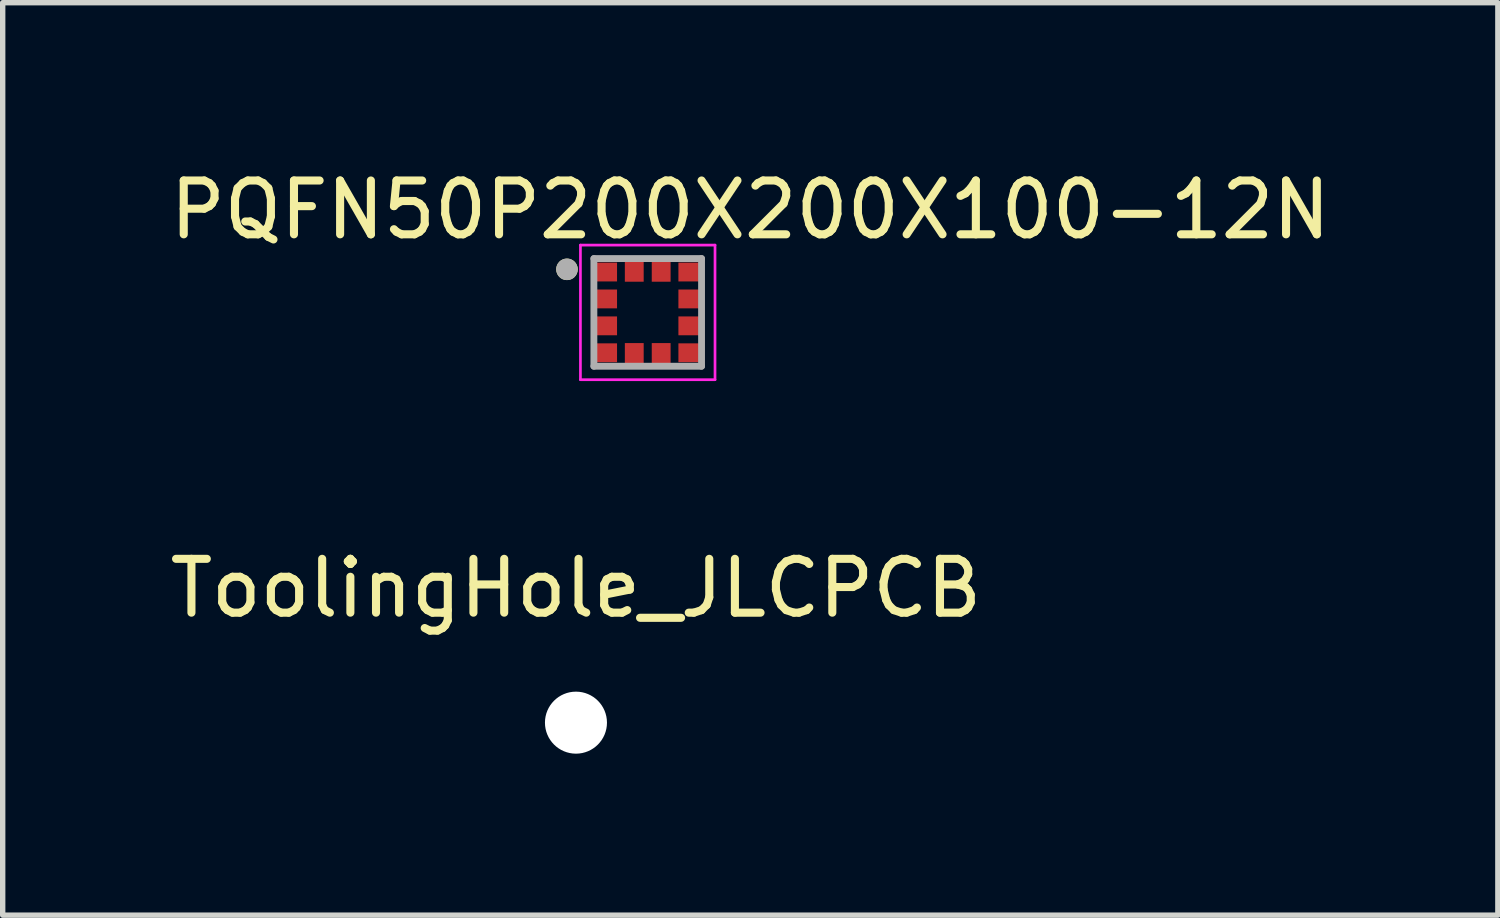
<source format=kicad_pcb>
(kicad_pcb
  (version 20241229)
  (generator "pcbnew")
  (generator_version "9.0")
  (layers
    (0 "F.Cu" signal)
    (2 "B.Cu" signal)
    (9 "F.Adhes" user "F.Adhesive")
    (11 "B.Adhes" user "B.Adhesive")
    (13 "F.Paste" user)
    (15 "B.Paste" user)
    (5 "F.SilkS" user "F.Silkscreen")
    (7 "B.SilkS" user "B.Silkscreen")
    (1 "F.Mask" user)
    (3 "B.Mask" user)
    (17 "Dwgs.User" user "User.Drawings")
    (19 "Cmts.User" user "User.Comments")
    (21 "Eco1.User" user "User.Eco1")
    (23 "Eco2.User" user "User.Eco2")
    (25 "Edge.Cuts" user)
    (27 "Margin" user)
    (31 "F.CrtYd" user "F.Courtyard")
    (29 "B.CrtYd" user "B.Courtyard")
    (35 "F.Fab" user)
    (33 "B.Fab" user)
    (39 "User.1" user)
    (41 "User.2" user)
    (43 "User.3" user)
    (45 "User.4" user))
  (footprint "PQFN50P200X200X100-12N"
    (layer "F.Cu")
    (at 8.982 2.753)
    (property "Reference" "PQFN50P200X200X100-12N" (at 1.905 -1.905 0) (layer "F.SilkS") (effects (font (size 1 1) (thickness 0.15))))
    (attr smd)
    (fp_circle (center -1.5 -0.8) (end -1.4 -0.8) (stroke (width 0.2) (type solid)) (fill no) (layer "F.SilkS"))
    (fp_line (start -1.25 -1.25) (end 1.25 -1.25) (stroke (width 0.05) (type solid)) (layer "F.CrtYd"))
    (fp_line (start -1.25 1.25) (end -1.25 -1.25) (stroke (width 0.05) (type solid)) (layer "F.CrtYd"))
    (fp_line (start 1.25 -1.25) (end 1.25 1.25) (stroke (width 0.05) (type solid)) (layer "F.CrtYd"))
    (fp_line (start 1.25 1.25) (end -1.25 1.25) (stroke (width 0.05) (type solid)) (layer "F.CrtYd"))
    (fp_line (start -1 -1) (end 1 -1) (stroke (width 0.127) (type solid)) (layer "F.Fab"))
    (fp_line (start -1 1) (end -1 -1) (stroke (width 0.127) (type solid)) (layer "F.Fab"))
    (fp_line (start 1 -1) (end 1 1) (stroke (width 0.127) (type solid)) (layer "F.Fab"))
    (fp_line (start 1 1) (end -1 1) (stroke (width 0.127) (type solid)) (layer "F.Fab"))
    (fp_circle (center -1.5 -0.8) (end -1.4 -0.8) (stroke (width 0.2) (type solid)) (fill no) (layer "F.Fab"))
    (pad "1" smd rect (at -0.765 -0.75) (size 0.39 0.35) (layers "F.Cu" "F.Mask" "F.Paste"))
    (pad "2" smd rect (at -0.765 -0.25) (size 0.39 0.35) (layers "F.Cu" "F.Mask" "F.Paste"))
    (pad "3" smd rect (at -0.765 0.25) (size 0.39 0.35) (layers "F.Cu" "F.Mask" "F.Paste"))
    (pad "4" smd rect (at -0.765 0.75) (size 0.39 0.35) (layers "F.Cu" "F.Mask" "F.Paste"))
    (pad "5" smd rect (at -0.25 0.765) (size 0.35 0.39) (layers "F.Cu" "F.Mask" "F.Paste"))
    (pad "6" smd rect (at 0.25 0.765) (size 0.35 0.39) (layers "F.Cu" "F.Mask" "F.Paste"))
    (pad "7" smd rect (at 0.765 0.75) (size 0.39 0.35) (layers "F.Cu" "F.Mask" "F.Paste"))
    (pad "8" smd rect (at 0.765 0.25) (size 0.39 0.35) (layers "F.Cu" "F.Mask" "F.Paste"))
    (pad "9" smd rect (at 0.765 -0.25) (size 0.39 0.35) (layers "F.Cu" "F.Mask" "F.Paste"))
    (pad "10" smd rect (at 0.765 -0.75) (size 0.39 0.35) (layers "F.Cu" "F.Mask" "F.Paste"))
    (pad "11" smd rect (at 0.25 -0.765) (size 0.35 0.39) (layers "F.Cu" "F.Mask" "F.Paste"))
    (pad "12" smd rect (at -0.25 -0.765) (size 0.35 0.39) (layers "F.Cu" "F.Mask" "F.Paste")))
  (footprint "ToolingHole_JLCPCB"
    (layer "F.Cu")
    (at 7.649 10.374)
    (property "Reference" "ToolingHole_JLCPCB" (at 0 -2.498 0) (layer "F.SilkS") (effects (font (size 1 1) (thickness 0.15))))
    (attr exclude_from_pos_files)
    (pad "" np_thru_hole circle (at 0 0) (size 1.152 1.152) (drill 1.152) (layers "*.Cu" "*.Mask")))
  (gr_rect
    (start -3 -3)
    (end 24.774 13.95)
    (stroke (width 0.1) (type default))
    (fill no)
    (layer "Edge.Cuts")))
</source>
